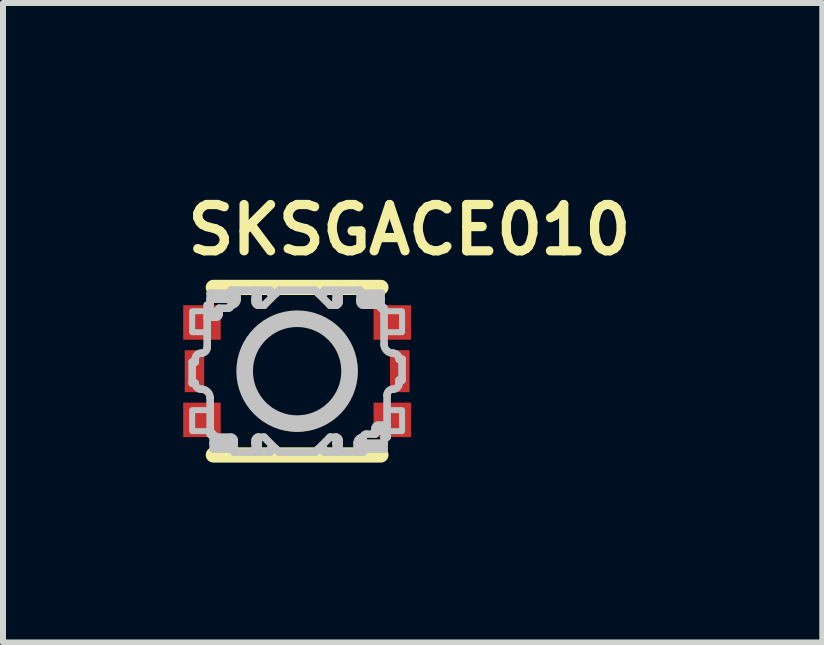
<source format=kicad_pcb>
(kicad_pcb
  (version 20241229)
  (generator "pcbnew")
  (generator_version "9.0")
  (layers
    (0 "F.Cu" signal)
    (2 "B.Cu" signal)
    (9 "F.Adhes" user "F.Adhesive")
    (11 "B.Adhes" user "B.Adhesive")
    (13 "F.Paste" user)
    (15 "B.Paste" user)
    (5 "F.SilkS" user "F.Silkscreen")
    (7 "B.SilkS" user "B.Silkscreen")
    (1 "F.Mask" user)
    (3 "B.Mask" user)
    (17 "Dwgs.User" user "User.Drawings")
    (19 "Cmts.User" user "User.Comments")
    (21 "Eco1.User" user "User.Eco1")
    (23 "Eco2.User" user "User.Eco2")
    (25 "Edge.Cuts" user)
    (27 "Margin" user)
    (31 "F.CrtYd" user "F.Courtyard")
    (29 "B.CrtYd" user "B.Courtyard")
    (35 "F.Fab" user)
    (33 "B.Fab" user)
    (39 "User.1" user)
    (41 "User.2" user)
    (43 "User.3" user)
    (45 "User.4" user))
  (footprint "SKSGACE010"
    (layer "F.Cu")
    (at 1.905 3.14)
    (property "Reference" "SKSGACE010" (at -1.905 -1.905 0) (layer "F.SilkS") (effects (font (size 0.772 0.772) (thickness 0.154)) (justify left bottom)))
    (attr through_hole)
    (fp_line (start -1.397 -1.397) (end 1.397 -1.397) (stroke (width 0.254) (type solid)) (layer "F.SilkS"))
    (fp_line (start -1.397 1.397) (end 1.397 1.397) (stroke (width 0.254) (type solid)) (layer "F.SilkS"))
    (fp_line (start -1.75 0.2) (end -1.75 -0.15) (stroke (width 0.127) (type solid)) (layer "Dwgs.User"))
    (fp_line (start -1.7 -0.2) (end -1.7 -0.15) (stroke (width 0.127) (type solid)) (layer "Dwgs.User"))
    (fp_line (start -1.7 -0.15) (end -1.75 -0.15) (stroke (width 0.127) (type solid)) (layer "Dwgs.User"))
    (fp_line (start -1.7 0.2) (end -1.75 0.2) (stroke (width 0.127) (type solid)) (layer "Dwgs.User"))
    (fp_line (start -1.5 -1.1) (end -1.5 -1) (stroke (width 0.127) (type solid)) (layer "Dwgs.User"))
    (fp_line (start -1.5 -1) (end -1.5 -0.9) (stroke (width 0.127) (type solid)) (layer "Dwgs.User"))
    (fp_line (start -1.5 -0.9) (end -1.5 -0.4) (stroke (width 0.127) (type solid)) (layer "Dwgs.User"))
    (fp_line (start -1.45 -1.3) (end -1.45 -1.2) (stroke (width 0.127) (type solid)) (layer "Dwgs.User"))
    (fp_line (start -1.45 -1.3) (end -1.15 -1.3) (stroke (width 0.127) (type solid)) (layer "Dwgs.User"))
    (fp_line (start -1.45 -1.2) (end -1.45 -1.1) (stroke (width 0.127) (type solid)) (layer "Dwgs.User"))
    (fp_line (start -1.45 -1.2) (end -1.1 -1.2) (stroke (width 0.127) (type solid)) (layer "Dwgs.User"))
    (fp_line (start -1.45 -1.1) (end -1.5 -1.1) (stroke (width 0.127) (type solid)) (layer "Dwgs.User"))
    (fp_line (start -1.45 1) (end -1.45 0.45) (stroke (width 0.127) (type solid)) (layer "Dwgs.User"))
    (fp_line (start -1.45 1) (end -1.45 1.05) (stroke (width 0.127) (type solid)) (layer "Dwgs.User"))
    (fp_line (start -1.45 1.05) (end -1.4 1.1) (stroke (width 0.127) (type solid)) (layer "Dwgs.User"))
    (fp_line (start -1.4 1.1) (end -1.4 1.2) (stroke (width 0.127) (type solid)) (layer "Dwgs.User"))
    (fp_line (start -1.4 1.2) (end -1.4 1.3) (stroke (width 0.127) (type solid)) (layer "Dwgs.User"))
    (fp_line (start -1.4 1.2) (end -1.05 1.2) (stroke (width 0.127) (type solid)) (layer "Dwgs.User"))
    (fp_line (start -1.4 1.3) (end -1.1 1.3) (stroke (width 0.127) (type solid)) (layer "Dwgs.User"))
    (fp_line (start -1.35 -0.9) (end -1.5 -0.9) (stroke (width 0.127) (type solid)) (layer "Dwgs.User"))
    (fp_line (start -1.35 1.1) (end -1.45 1) (stroke (width 0.127) (type solid)) (layer "Dwgs.User"))
    (fp_line (start -1.3 -1.05) (end -1.3 -1) (stroke (width 0.127) (type solid)) (layer "Dwgs.User"))
    (fp_line (start -1.3 -1) (end -1.5 -1) (stroke (width 0.127) (type solid)) (layer "Dwgs.User"))
    (fp_line (start -1.3 -1) (end -1.3 -0.95) (stroke (width 0.127) (type solid)) (layer "Dwgs.User"))
    (fp_line (start -1.15 -1.05) (end -1.3 -1.05) (stroke (width 0.127) (type solid)) (layer "Dwgs.User"))
    (fp_line (start -1.1 -1.35) (end -1 -1.35) (stroke (width 0.127) (type solid)) (layer "Dwgs.User"))
    (fp_line (start -1.1 -1.2) (end -1.1 -1.35) (stroke (width 0.127) (type solid)) (layer "Dwgs.User"))
    (fp_line (start -1.1 -1.2) (end -1.1 -1.1) (stroke (width 0.127) (type solid)) (layer "Dwgs.User"))
    (fp_line (start -1.1 1.1) (end -1.35 1.1) (stroke (width 0.127) (type solid)) (layer "Dwgs.User"))
    (fp_line (start -1.05 1.2) (end -1.05 1.15) (stroke (width 0.127) (type solid)) (layer "Dwgs.User"))
    (fp_line (start -1.05 1.35) (end -1.05 1.2) (stroke (width 0.127) (type solid)) (layer "Dwgs.User"))
    (fp_line (start -1 -1.35) (end -1 -1.2) (stroke (width 0.127) (type solid)) (layer "Dwgs.User"))
    (fp_line (start -1 -1.35) (end -0.7 -1.35) (stroke (width 0.127) (type solid)) (layer "Dwgs.User"))
    (fp_line (start -0.7 -1.35) (end -0.7 -1.3) (stroke (width 0.127) (type solid)) (layer "Dwgs.User"))
    (fp_line (start -0.7 -1.3) (end -0.7 -1.2) (stroke (width 0.127) (type solid)) (layer "Dwgs.User"))
    (fp_line (start -0.7 -1.2) (end -0.7 -1.15) (stroke (width 0.127) (type solid)) (layer "Dwgs.User"))
    (fp_line (start -0.7 1.2) (end -0.7 1.15) (stroke (width 0.127) (type solid)) (layer "Dwgs.User"))
    (fp_line (start -0.7 1.3) (end -0.7 1.2) (stroke (width 0.127) (type solid)) (layer "Dwgs.User"))
    (fp_line (start -0.7 1.3) (end -0.7 1.35) (stroke (width 0.127) (type solid)) (layer "Dwgs.User"))
    (fp_line (start -0.7 1.35) (end -1.05 1.35) (stroke (width 0.127) (type solid)) (layer "Dwgs.User"))
    (fp_line (start -0.65 -1.35) (end -0.45 -1.35) (stroke (width 0.127) (type solid)) (layer "Dwgs.User"))
    (fp_line (start -0.65 -1.3) (end -0.7 -1.3) (stroke (width 0.127) (type solid)) (layer "Dwgs.User"))
    (fp_line (start -0.65 -1.3) (end -0.65 -1.35) (stroke (width 0.127) (type solid)) (layer "Dwgs.User"))
    (fp_line (start -0.65 -1.2) (end -0.7 -1.2) (stroke (width 0.127) (type solid)) (layer "Dwgs.User"))
    (fp_line (start -0.65 -1.2) (end -0.65 -1.3) (stroke (width 0.127) (type solid)) (layer "Dwgs.User"))
    (fp_line (start -0.65 -1.1) (end -0.65 -1.2) (stroke (width 0.127) (type solid)) (layer "Dwgs.User"))
    (fp_line (start -0.65 -1.1) (end -0.55 -1.1) (stroke (width 0.127) (type solid)) (layer "Dwgs.User"))
    (fp_line (start -0.65 1.1) (end -0.65 1.2) (stroke (width 0.127) (type solid)) (layer "Dwgs.User"))
    (fp_line (start -0.65 1.2) (end -0.7 1.2) (stroke (width 0.127) (type solid)) (layer "Dwgs.User"))
    (fp_line (start -0.65 1.2) (end -0.65 1.3) (stroke (width 0.127) (type solid)) (layer "Dwgs.User"))
    (fp_line (start -0.65 1.3) (end -0.7 1.3) (stroke (width 0.127) (type solid)) (layer "Dwgs.User"))
    (fp_line (start -0.65 1.3) (end -0.65 1.35) (stroke (width 0.127) (type solid)) (layer "Dwgs.User"))
    (fp_line (start -0.55 -1.1) (end -0.35 -1.3) (stroke (width 0.127) (type solid)) (layer "Dwgs.User"))
    (fp_line (start -0.55 1.1) (end -0.65 1.1) (stroke (width 0.127) (type solid)) (layer "Dwgs.User"))
    (fp_line (start -0.45 -1.35) (end -0.45 -1.3) (stroke (width 0.127) (type solid)) (layer "Dwgs.User"))
    (fp_line (start -0.45 -1.3) (end -0.35 -1.3) (stroke (width 0.127) (type solid)) (layer "Dwgs.User"))
    (fp_line (start -0.45 1.3) (end -0.45 1.35) (stroke (width 0.127) (type solid)) (layer "Dwgs.User"))
    (fp_line (start -0.45 1.35) (end -0.65 1.35) (stroke (width 0.127) (type solid)) (layer "Dwgs.User"))
    (fp_line (start -0.35 -1.3) (end -0.3 -1.35) (stroke (width 0.127) (type solid)) (layer "Dwgs.User"))
    (fp_line (start -0.35 1.3) (end -0.55 1.1) (stroke (width 0.127) (type solid)) (layer "Dwgs.User"))
    (fp_line (start -0.35 1.3) (end -0.45 1.3) (stroke (width 0.127) (type solid)) (layer "Dwgs.User"))
    (fp_line (start -0.3 -1.35) (end 0.3 -1.35) (stroke (width 0.127) (type solid)) (layer "Dwgs.User"))
    (fp_line (start -0.3 1.35) (end -0.35 1.3) (stroke (width 0.127) (type solid)) (layer "Dwgs.User"))
    (fp_line (start 0.3 -1.35) (end 0.35 -1.3) (stroke (width 0.127) (type solid)) (layer "Dwgs.User"))
    (fp_line (start 0.3 1.35) (end -0.3 1.35) (stroke (width 0.127) (type solid)) (layer "Dwgs.User"))
    (fp_line (start 0.35 -1.3) (end 0.45 -1.3) (stroke (width 0.127) (type solid)) (layer "Dwgs.User"))
    (fp_line (start 0.35 -1.3) (end 0.55 -1.1) (stroke (width 0.127) (type solid)) (layer "Dwgs.User"))
    (fp_line (start 0.35 1.3) (end 0.3 1.35) (stroke (width 0.127) (type solid)) (layer "Dwgs.User"))
    (fp_line (start 0.45 -1.35) (end 0.65 -1.35) (stroke (width 0.127) (type solid)) (layer "Dwgs.User"))
    (fp_line (start 0.45 -1.3) (end 0.45 -1.35) (stroke (width 0.127) (type solid)) (layer "Dwgs.User"))
    (fp_line (start 0.45 1.3) (end 0.35 1.3) (stroke (width 0.127) (type solid)) (layer "Dwgs.User"))
    (fp_line (start 0.45 1.35) (end 0.45 1.3) (stroke (width 0.127) (type solid)) (layer "Dwgs.User"))
    (fp_line (start 0.55 -1.1) (end 0.65 -1.1) (stroke (width 0.127) (type solid)) (layer "Dwgs.User"))
    (fp_line (start 0.55 1.1) (end 0.35 1.3) (stroke (width 0.127) (type solid)) (layer "Dwgs.User"))
    (fp_line (start 0.65 -1.3) (end 0.65 -1.35) (stroke (width 0.127) (type solid)) (layer "Dwgs.User"))
    (fp_line (start 0.65 -1.3) (end 0.7 -1.3) (stroke (width 0.127) (type solid)) (layer "Dwgs.User"))
    (fp_line (start 0.65 -1.2) (end 0.65 -1.3) (stroke (width 0.127) (type solid)) (layer "Dwgs.User"))
    (fp_line (start 0.65 -1.2) (end 0.7 -1.2) (stroke (width 0.127) (type solid)) (layer "Dwgs.User"))
    (fp_line (start 0.65 -1.1) (end 0.65 -1.2) (stroke (width 0.127) (type solid)) (layer "Dwgs.User"))
    (fp_line (start 0.65 1.1) (end 0.55 1.1) (stroke (width 0.127) (type solid)) (layer "Dwgs.User"))
    (fp_line (start 0.65 1.1) (end 0.65 1.2) (stroke (width 0.127) (type solid)) (layer "Dwgs.User"))
    (fp_line (start 0.65 1.2) (end 0.65 1.3) (stroke (width 0.127) (type solid)) (layer "Dwgs.User"))
    (fp_line (start 0.65 1.2) (end 0.7 1.2) (stroke (width 0.127) (type solid)) (layer "Dwgs.User"))
    (fp_line (start 0.65 1.3) (end 0.65 1.35) (stroke (width 0.127) (type solid)) (layer "Dwgs.User"))
    (fp_line (start 0.65 1.3) (end 0.7 1.3) (stroke (width 0.127) (type solid)) (layer "Dwgs.User"))
    (fp_line (start 0.65 1.35) (end 0.45 1.35) (stroke (width 0.127) (type solid)) (layer "Dwgs.User"))
    (fp_line (start 0.7 -1.35) (end 1.05 -1.35) (stroke (width 0.127) (type solid)) (layer "Dwgs.User"))
    (fp_line (start 0.7 -1.3) (end 0.7 -1.35) (stroke (width 0.127) (type solid)) (layer "Dwgs.User"))
    (fp_line (start 0.7 -1.3) (end 0.7 -1.2) (stroke (width 0.127) (type solid)) (layer "Dwgs.User"))
    (fp_line (start 0.7 -1.2) (end 0.7 -1.15) (stroke (width 0.127) (type solid)) (layer "Dwgs.User"))
    (fp_line (start 0.7 1.2) (end 0.7 1.15) (stroke (width 0.127) (type solid)) (layer "Dwgs.User"))
    (fp_line (start 0.7 1.3) (end 0.7 1.2) (stroke (width 0.127) (type solid)) (layer "Dwgs.User"))
    (fp_line (start 0.7 1.35) (end 0.7 1.3) (stroke (width 0.127) (type solid)) (layer "Dwgs.User"))
    (fp_line (start 1 1.35) (end 0.7 1.35) (stroke (width 0.127) (type solid)) (layer "Dwgs.User"))
    (fp_line (start 1 1.35) (end 1 1.2) (stroke (width 0.127) (type solid)) (layer "Dwgs.User"))
    (fp_line (start 1.05 -1.35) (end 1.05 -1.2) (stroke (width 0.127) (type solid)) (layer "Dwgs.User"))
    (fp_line (start 1.05 -1.2) (end 1.05 -1.15) (stroke (width 0.127) (type solid)) (layer "Dwgs.User"))
    (fp_line (start 1.1 -1.1) (end 1.35 -1.1) (stroke (width 0.127) (type solid)) (layer "Dwgs.User"))
    (fp_line (start 1.1 1.2) (end 1.1 1.1) (stroke (width 0.127) (type solid)) (layer "Dwgs.User"))
    (fp_line (start 1.1 1.2) (end 1.1 1.35) (stroke (width 0.127) (type solid)) (layer "Dwgs.User"))
    (fp_line (start 1.1 1.35) (end 1 1.35) (stroke (width 0.127) (type solid)) (layer "Dwgs.User"))
    (fp_line (start 1.15 1.05) (end 1.3 1.05) (stroke (width 0.127) (type solid)) (layer "Dwgs.User"))
    (fp_line (start 1.3 1) (end 1.3 0.95) (stroke (width 0.127) (type solid)) (layer "Dwgs.User"))
    (fp_line (start 1.3 1) (end 1.5 1) (stroke (width 0.127) (type solid)) (layer "Dwgs.User"))
    (fp_line (start 1.3 1.05) (end 1.3 1) (stroke (width 0.127) (type solid)) (layer "Dwgs.User"))
    (fp_line (start 1.35 -1.1) (end 1.45 -1) (stroke (width 0.127) (type solid)) (layer "Dwgs.User"))
    (fp_line (start 1.35 0.9) (end 1.5 0.9) (stroke (width 0.127) (type solid)) (layer "Dwgs.User"))
    (fp_line (start 1.4 -1.3) (end 1.1 -1.3) (stroke (width 0.127) (type solid)) (layer "Dwgs.User"))
    (fp_line (start 1.4 -1.2) (end 1.05 -1.2) (stroke (width 0.127) (type solid)) (layer "Dwgs.User"))
    (fp_line (start 1.4 -1.2) (end 1.4 -1.3) (stroke (width 0.127) (type solid)) (layer "Dwgs.User"))
    (fp_line (start 1.4 -1.1) (end 1.4 -1.2) (stroke (width 0.127) (type solid)) (layer "Dwgs.User"))
    (fp_line (start 1.45 -1.05) (end 1.4 -1.1) (stroke (width 0.127) (type solid)) (layer "Dwgs.User"))
    (fp_line (start 1.45 -1) (end 1.45 -1.05) (stroke (width 0.127) (type solid)) (layer "Dwgs.User"))
    (fp_line (start 1.45 -1) (end 1.45 -0.45) (stroke (width 0.127) (type solid)) (layer "Dwgs.User"))
    (fp_line (start 1.45 1.1) (end 1.5 1.1) (stroke (width 0.127) (type solid)) (layer "Dwgs.User"))
    (fp_line (start 1.45 1.2) (end 1.1 1.2) (stroke (width 0.127) (type solid)) (layer "Dwgs.User"))
    (fp_line (start 1.45 1.2) (end 1.45 1.1) (stroke (width 0.127) (type solid)) (layer "Dwgs.User"))
    (fp_line (start 1.45 1.3) (end 1.15 1.3) (stroke (width 0.127) (type solid)) (layer "Dwgs.User"))
    (fp_line (start 1.45 1.3) (end 1.45 1.2) (stroke (width 0.127) (type solid)) (layer "Dwgs.User"))
    (fp_line (start 1.5 0.9) (end 1.5 0.4) (stroke (width 0.127) (type solid)) (layer "Dwgs.User"))
    (fp_line (start 1.5 1) (end 1.5 0.9) (stroke (width 0.127) (type solid)) (layer "Dwgs.User"))
    (fp_line (start 1.5 1.1) (end 1.5 1) (stroke (width 0.127) (type solid)) (layer "Dwgs.User"))
    (fp_line (start 1.7 -0.2) (end 1.75 -0.2) (stroke (width 0.127) (type solid)) (layer "Dwgs.User"))
    (fp_line (start 1.7 0.15) (end 1.75 0.15) (stroke (width 0.127) (type solid)) (layer "Dwgs.User"))
    (fp_line (start 1.7 0.2) (end 1.7 0.15) (stroke (width 0.127) (type solid)) (layer "Dwgs.User"))
    (fp_line (start 1.75 -0.2) (end 1.75 0.15) (stroke (width 0.127) (type solid)) (layer "Dwgs.User"))
    (fp_arc (start -1.7 -0.2) (mid -1.670711 -0.270711) (end -1.6 -0.3) (stroke (width 0.127) (type solid)) (layer "Dwgs.User"))
    (fp_arc (start -1.6 0.3) (mid -1.670711 0.270711) (end -1.7 0.2) (stroke (width 0.127) (type solid)) (layer "Dwgs.User"))
    (fp_arc (start -1.6 0.3) (mid -1.493934 0.343934) (end -1.45 0.45) (stroke (width 0.127) (type solid)) (layer "Dwgs.User"))
    (fp_arc (start -1.5 -0.4) (mid -1.529289 -0.329289) (end -1.6 -0.3) (stroke (width 0.127) (type solid)) (layer "Dwgs.User"))
    (fp_arc (start -1.3 -0.95) (mid -1.314645 -0.914645) (end -1.35 -0.9) (stroke (width 0.127) (type solid)) (layer "Dwgs.User"))
    (fp_arc (start -1.1 -1.35) (mid -1.114645 -1.314645) (end -1.15 -1.3) (stroke (width 0.127) (type solid)) (layer "Dwgs.User"))
    (fp_arc (start -1.1 -1.1) (mid -1.114645 -1.064645) (end -1.15 -1.05) (stroke (width 0.127) (type solid)) (layer "Dwgs.User"))
    (fp_arc (start -1.1 1.1) (mid -1.064645 1.114645) (end -1.05 1.15) (stroke (width 0.127) (type solid)) (layer "Dwgs.User"))
    (fp_arc (start -1.1 1.3) (mid -1.064645 1.314645) (end -1.05 1.35) (stroke (width 0.127) (type solid)) (layer "Dwgs.User"))
    (fp_arc (start -1 -1.2) (mid -1.029289 -1.129289) (end -1.1 -1.1) (stroke (width 0.127) (type solid)) (layer "Dwgs.User"))
    (fp_arc (start -0.7 1.15) (mid -0.685355 1.114645) (end -0.65 1.1) (stroke (width 0.127) (type solid)) (layer "Dwgs.User"))
    (fp_arc (start -0.65 -1.1) (mid -0.685355 -1.114645) (end -0.7 -1.15) (stroke (width 0.127) (type solid)) (layer "Dwgs.User"))
    (fp_arc (start 0.65 1.1) (mid 0.685355 1.114645) (end 0.7 1.15) (stroke (width 0.127) (type solid)) (layer "Dwgs.User"))
    (fp_arc (start 0.7 -1.15) (mid 0.685355 -1.114645) (end 0.65 -1.1) (stroke (width 0.127) (type solid)) (layer "Dwgs.User"))
    (fp_arc (start 1 1.2) (mid 1.029289 1.129289) (end 1.1 1.1) (stroke (width 0.127) (type solid)) (layer "Dwgs.User"))
    (fp_arc (start 1.1 -1.3) (mid 1.064645 -1.314645) (end 1.05 -1.35) (stroke (width 0.127) (type solid)) (layer "Dwgs.User"))
    (fp_arc (start 1.1 -1.1) (mid 1.064645 -1.114645) (end 1.05 -1.15) (stroke (width 0.127) (type solid)) (layer "Dwgs.User"))
    (fp_arc (start 1.1 1.1) (mid 1.114645 1.064645) (end 1.15 1.05) (stroke (width 0.127) (type solid)) (layer "Dwgs.User"))
    (fp_arc (start 1.1 1.35) (mid 1.114645 1.314645) (end 1.15 1.3) (stroke (width 0.127) (type solid)) (layer "Dwgs.User"))
    (fp_arc (start 1.3 0.95) (mid 1.314645 0.914645) (end 1.35 0.9) (stroke (width 0.127) (type solid)) (layer "Dwgs.User"))
    (fp_arc (start 1.5 0.4) (mid 1.529289 0.329289) (end 1.6 0.3) (stroke (width 0.127) (type solid)) (layer "Dwgs.User"))
    (fp_arc (start 1.6 -0.3) (mid 1.493934 -0.343934) (end 1.45 -0.45) (stroke (width 0.127) (type solid)) (layer "Dwgs.User"))
    (fp_arc (start 1.6 -0.3) (mid 1.670711 -0.270711) (end 1.7 -0.2) (stroke (width 0.127) (type solid)) (layer "Dwgs.User"))
    (fp_arc (start 1.7 0.2) (mid 1.670711 0.270711) (end 1.6 0.3) (stroke (width 0.127) (type solid)) (layer "Dwgs.User"))
    (fp_circle (center 0 0) (end 0.8 0) (stroke (width 0.127) (type solid)) (fill no) (layer "Dwgs.User"))
    (fp_circle (center 0 0) (end 0.85 0) (stroke (width 0.127) (type solid)) (fill no) (layer "Dwgs.User"))
    (fp_circle (center 0 0) (end 0.95 0) (stroke (width 0.127) (type solid)) (fill no) (layer "Dwgs.User"))
    (fp_poly (pts (xy -1.75 -0.65) (xy -1.5 -0.65) (xy -1.5 -1) (xy -1.75 -1)) (stroke (width 0.1) (type solid)) (fill no) (layer "Dwgs.User"))
    (fp_poly (pts (xy -1.75 1) (xy -1.45 1) (xy -1.45 0.65) (xy -1.75 0.65)) (stroke (width 0.1) (type solid)) (fill no) (layer "Dwgs.User"))
    (fp_poly (pts (xy 1.45 -0.65) (xy 1.75 -0.65) (xy 1.75 -1) (xy 1.45 -1)) (stroke (width 0.1) (type solid)) (fill no) (layer "Dwgs.User"))
    (fp_poly (pts (xy 1.5 1) (xy 1.75 1) (xy 1.75 0.65) (xy 1.5 0.65)) (stroke (width 0.1) (type solid)) (fill no) (layer "Dwgs.User"))
    (pad "1" smd rect (at -1.587 -0.812) (size 0.625 0.575) (layers "F.Cu" "F.Mask" "F.Paste"))
    (pad "2" smd rect (at -1.587 0.812) (size 0.625 0.575) (layers "F.Cu" "F.Mask" "F.Paste"))
    (pad "3" smd rect (at 1.587 -0.812) (size 0.625 0.575) (layers "F.Cu" "F.Mask" "F.Paste"))
    (pad "4" smd rect (at 1.587 0.812) (size 0.625 0.575) (layers "F.Cu" "F.Mask" "F.Paste"))
    (pad "5" smd rect (at -1.712 0 90) (size 0.7 0.325) (layers "F.Cu" "F.Mask" "F.Paste"))
    (pad "6" smd rect (at 1.712 0 90) (size 0.7 0.325) (layers "F.Cu" "F.Mask" "F.Paste")))
  (gr_rect
    (start -3 -3)
    (end 10.663 7.664)
    (stroke (width 0.1) (type default))
    (fill no)
    (layer "Edge.Cuts")))
</source>
